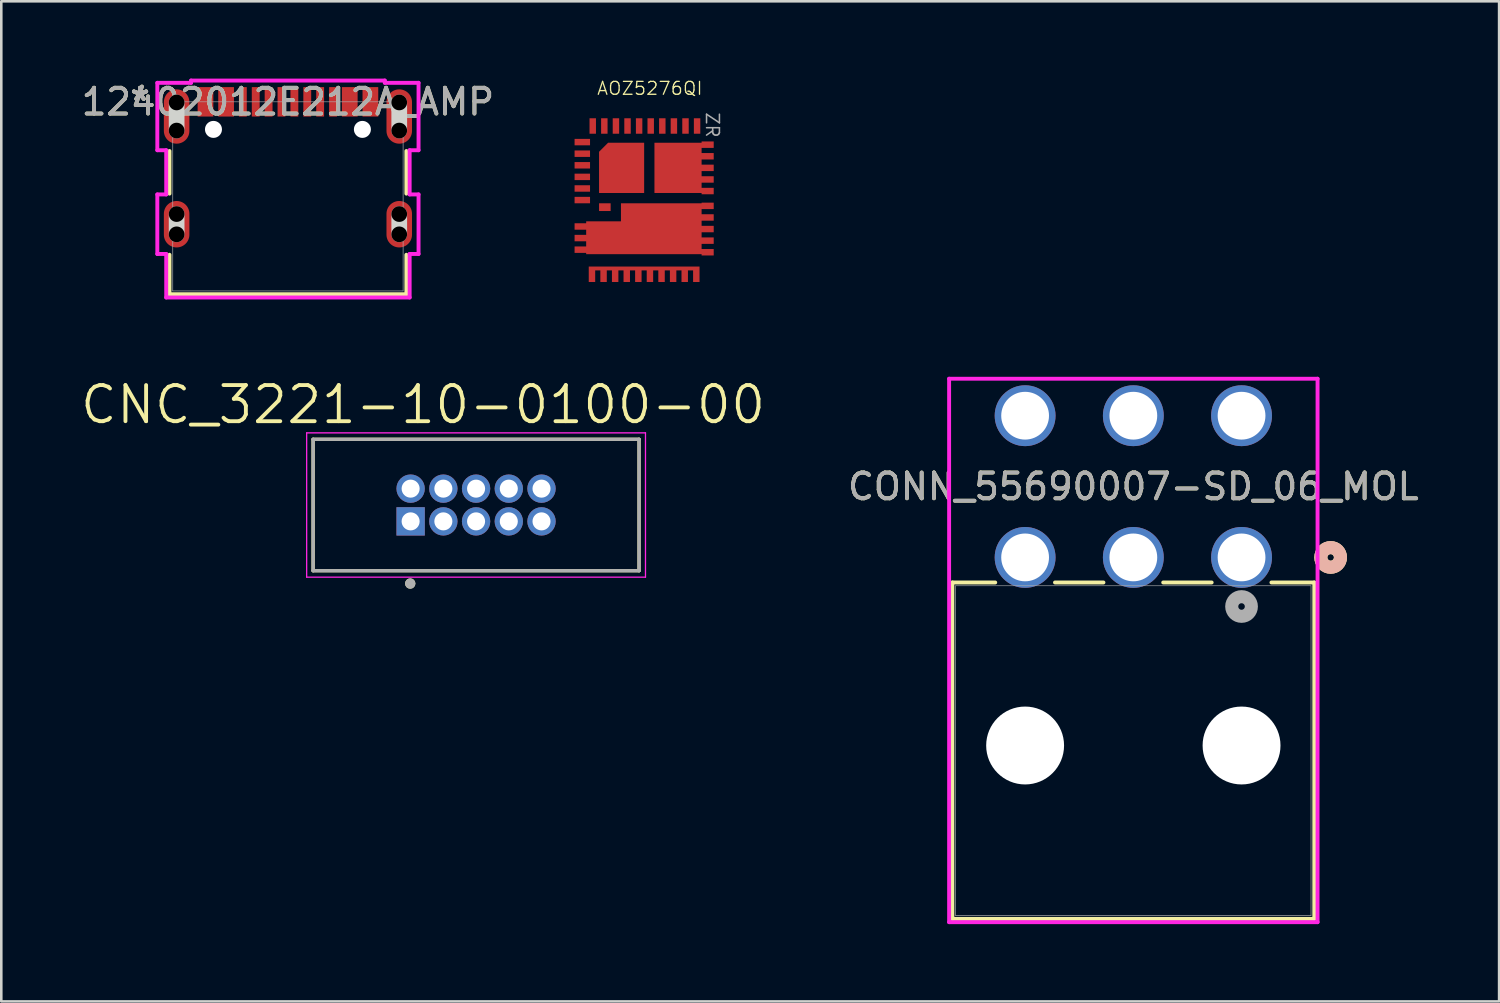
<source format=kicad_pcb>
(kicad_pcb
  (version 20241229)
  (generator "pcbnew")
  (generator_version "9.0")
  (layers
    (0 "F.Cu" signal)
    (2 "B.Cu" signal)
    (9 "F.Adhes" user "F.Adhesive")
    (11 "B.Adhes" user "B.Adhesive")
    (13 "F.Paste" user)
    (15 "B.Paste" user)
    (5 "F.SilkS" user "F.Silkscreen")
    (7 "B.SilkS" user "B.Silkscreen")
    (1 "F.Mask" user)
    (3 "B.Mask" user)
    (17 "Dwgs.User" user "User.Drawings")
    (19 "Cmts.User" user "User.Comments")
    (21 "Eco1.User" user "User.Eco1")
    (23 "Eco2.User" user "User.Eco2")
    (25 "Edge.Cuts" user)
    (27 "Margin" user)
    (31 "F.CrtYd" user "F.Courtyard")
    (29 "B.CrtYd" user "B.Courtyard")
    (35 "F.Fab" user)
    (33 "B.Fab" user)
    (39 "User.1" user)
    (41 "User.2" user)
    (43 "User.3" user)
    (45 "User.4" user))
  (footprint "CNC_3221-10-0100-00"
    (layer "F.Cu")
    (at 15.427 16.55)
    (property "Reference" "CNC_3221-10-0100-00" (at -2.058 -3.894 0) (layer "F.SilkS") (effects (font (size 1.402 1.402) (thickness 0.15))))
    (attr through_hole)
    (fp_line (start -6.325 -2.55) (end 6.325 -2.55) (stroke (width 0.127) (type solid)) (layer "F.SilkS"))
    (fp_line (start -6.325 2.55) (end -6.325 -2.55) (stroke (width 0.127) (type solid)) (layer "F.SilkS"))
    (fp_line (start 6.325 -2.55) (end 6.325 2.55) (stroke (width 0.127) (type solid)) (layer "F.SilkS"))
    (fp_line (start 6.325 2.55) (end -6.325 2.55) (stroke (width 0.127) (type solid)) (layer "F.SilkS"))
    (fp_circle (center -2.555 3.048) (end -2.455 3.048) (stroke (width 0.2) (type solid)) (fill no) (layer "F.SilkS"))
    (fp_line (start -6.575 -2.8) (end 6.575 -2.8) (stroke (width 0.05) (type solid)) (layer "F.CrtYd"))
    (fp_line (start -6.575 2.8) (end -6.575 -2.8) (stroke (width 0.05) (type solid)) (layer "F.CrtYd"))
    (fp_line (start 6.575 -2.8) (end 6.575 2.8) (stroke (width 0.05) (type solid)) (layer "F.CrtYd"))
    (fp_line (start 6.575 2.8) (end -6.575 2.8) (stroke (width 0.05) (type solid)) (layer "F.CrtYd"))
    (fp_line (start -6.325 -2.55) (end 6.325 -2.55) (stroke (width 0.127) (type solid)) (layer "F.Fab"))
    (fp_line (start -6.325 2.55) (end -6.325 -2.55) (stroke (width 0.127) (type solid)) (layer "F.Fab"))
    (fp_line (start 6.325 -2.55) (end 6.325 2.55) (stroke (width 0.127) (type solid)) (layer "F.Fab"))
    (fp_line (start 6.325 2.55) (end -6.325 2.55) (stroke (width 0.127) (type solid)) (layer "F.Fab"))
    (fp_circle (center -2.555 3.048) (end -2.455 3.048) (stroke (width 0.2) (type solid)) (fill no) (layer "F.Fab"))
    (pad "1" thru_hole rect (at -2.54 0.635) (size 1.1 1.1) (drill 0.7) (layers "*.Cu" "*.Mask"))
    (pad "2" thru_hole circle (at -2.54 -0.635) (size 1.1 1.1) (drill 0.7) (layers "*.Cu" "*.Mask"))
    (pad "3" thru_hole circle (at -1.27 0.635) (size 1.1 1.1) (drill 0.7) (layers "*.Cu" "*.Mask"))
    (pad "4" thru_hole circle (at -1.27 -0.635) (size 1.1 1.1) (drill 0.7) (layers "*.Cu" "*.Mask"))
    (pad "5" thru_hole circle (at 0 0.635) (size 1.1 1.1) (drill 0.7) (layers "*.Cu" "*.Mask"))
    (pad "6" thru_hole circle (at 0 -0.635) (size 1.1 1.1) (drill 0.7) (layers "*.Cu" "*.Mask"))
    (pad "7" thru_hole circle (at 1.27 0.635) (size 1.1 1.1) (drill 0.7) (layers "*.Cu" "*.Mask"))
    (pad "8" thru_hole circle (at 1.27 -0.635) (size 1.1 1.1) (drill 0.7) (layers "*.Cu" "*.Mask"))
    (pad "9" thru_hole circle (at 2.54 0.635) (size 1.1 1.1) (drill 0.7) (layers "*.Cu" "*.Mask"))
    (pad "10" thru_hole circle (at 2.54 -0.635) (size 1.1 1.1) (drill 0.7) (layers "*.Cu" "*.Mask")))
  (footprint "12402012E212A_AMP"
    (layer "F.Cu")
    (at 8.125 4.572)
    (property "Reference" "12402012E212A_AMP" (at 0 -3.67 0) (unlocked yes) (layer "F.SilkS") (effects (font (size 1 1) (thickness 0.15))))
    (attr smd)
    (fp_line (start -4.597 -1.761) (end -4.597 -0.107) (stroke (width 0.152) (type solid)) (layer "F.SilkS"))
    (fp_line (start -4.597 2.266) (end -4.597 3.797) (stroke (width 0.152) (type solid)) (layer "F.SilkS"))
    (fp_line (start -4.597 3.797) (end 4.597 3.797) (stroke (width 0.152) (type solid)) (layer "F.SilkS"))
    (fp_line (start 4.597 -0.107) (end 4.597 -1.761) (stroke (width 0.152) (type solid)) (layer "F.SilkS"))
    (fp_line (start 4.597 3.797) (end 4.597 2.266) (stroke (width 0.152) (type solid)) (layer "F.SilkS"))
    (fp_line (start -4.32 -2.554) (end -4.32 -3.646) (stroke (width 0.61) (type solid)) (layer "Edge.Cuts"))
    (fp_line (start -4.32 1.473) (end -4.32 0.686) (stroke (width 0.61) (type solid)) (layer "Edge.Cuts"))
    (fp_line (start 4.32 -2.554) (end 4.32 -3.646) (stroke (width 0.61) (type solid)) (layer "Edge.Cuts"))
    (fp_line (start 4.32 1.473) (end 4.32 0.686) (stroke (width 0.61) (type solid)) (layer "Edge.Cuts"))
    (fp_line (start -5.069 -4.408) (end -5.069 -1.792) (stroke (width 0.152) (type solid)) (layer "F.CrtYd"))
    (fp_line (start -5.069 -1.792) (end -4.724 -1.792) (stroke (width 0.152) (type solid)) (layer "F.CrtYd"))
    (fp_line (start -5.069 -0.076) (end -5.069 2.235) (stroke (width 0.152) (type solid)) (layer "F.CrtYd"))
    (fp_line (start -5.069 2.235) (end -4.724 2.235) (stroke (width 0.152) (type solid)) (layer "F.CrtYd"))
    (fp_line (start -4.724 -1.792) (end -4.724 -0.076) (stroke (width 0.152) (type solid)) (layer "F.CrtYd"))
    (fp_line (start -4.724 -0.076) (end -5.069 -0.076) (stroke (width 0.152) (type solid)) (layer "F.CrtYd"))
    (fp_line (start -4.724 2.235) (end -4.724 3.924) (stroke (width 0.152) (type solid)) (layer "F.CrtYd"))
    (fp_line (start -4.724 3.924) (end 4.724 3.924) (stroke (width 0.152) (type solid)) (layer "F.CrtYd"))
    (fp_line (start -3.759 -4.496) (end -3.759 -4.408) (stroke (width 0.152) (type solid)) (layer "F.CrtYd"))
    (fp_line (start -3.759 -4.408) (end -5.069 -4.408) (stroke (width 0.152) (type solid)) (layer "F.CrtYd"))
    (fp_line (start 3.759 -4.496) (end -3.759 -4.496) (stroke (width 0.152) (type solid)) (layer "F.CrtYd"))
    (fp_line (start 3.759 -4.408) (end 3.759 -4.496) (stroke (width 0.152) (type solid)) (layer "F.CrtYd"))
    (fp_line (start 4.724 -1.792) (end 5.069 -1.792) (stroke (width 0.152) (type solid)) (layer "F.CrtYd"))
    (fp_line (start 4.724 -0.076) (end 4.724 -1.792) (stroke (width 0.152) (type solid)) (layer "F.CrtYd"))
    (fp_line (start 4.724 2.235) (end 5.069 2.235) (stroke (width 0.152) (type solid)) (layer "F.CrtYd"))
    (fp_line (start 4.724 3.924) (end 4.724 2.235) (stroke (width 0.152) (type solid)) (layer "F.CrtYd"))
    (fp_line (start 5.069 -4.408) (end 3.759 -4.408) (stroke (width 0.152) (type solid)) (layer "F.CrtYd"))
    (fp_line (start 5.069 -1.792) (end 5.069 -4.408) (stroke (width 0.152) (type solid)) (layer "F.CrtYd"))
    (fp_line (start 5.069 -0.076) (end 4.724 -0.076) (stroke (width 0.152) (type solid)) (layer "F.CrtYd"))
    (fp_line (start 5.069 2.235) (end 5.069 -0.076) (stroke (width 0.152) (type solid)) (layer "F.CrtYd"))
    (fp_line (start -4.47 -3.67) (end -4.47 3.67) (stroke (width 0.025) (type solid)) (layer "F.Fab"))
    (fp_line (start -4.47 3.67) (end 4.47 3.67) (stroke (width 0.025) (type solid)) (layer "F.Fab"))
    (fp_line (start 0 -3.67) (end 0 -3.67) (stroke (width 0.025) (type solid)) (layer "F.Fab"))
    (fp_line (start 0 -3.67) (end 0 -3.67) (stroke (width 0.025) (type solid)) (layer "F.Fab"))
    (fp_line (start 0 -3.67) (end 0 -3.67) (stroke (width 0.025) (type solid)) (layer "F.Fab"))
    (fp_line (start 0 -3.67) (end 0 -3.67) (stroke (width 0.025) (type solid)) (layer "F.Fab"))
    (fp_line (start 4.47 -3.67) (end -4.47 -3.67) (stroke (width 0.025) (type solid)) (layer "F.Fab"))
    (fp_line (start 4.47 3.67) (end 4.47 -3.67) (stroke (width 0.025) (type solid)) (layer "F.Fab"))
    (fp_text user "*" (at -5.74 -3.67 0) (layer "F.SilkS") (effects (font (size 1 1) (thickness 0.15))))
    (fp_text user "*" (at -5.74 -3.67 0) (unlocked yes) (layer "F.SilkS") (effects (font (size 1 1) (thickness 0.15))))
    (fp_text user "${REFERENCE}" (at 0 -3.67 0) (unlocked yes) (layer "F.Fab") (effects (font (size 1 1) (thickness 0.15))))
    (fp_text user "*" (at -5.74 -3.67 0) (unlocked yes) (layer "F.Fab") (effects (font (size 1 1) (thickness 0.15))))
    (fp_text user "*" (at -5.74 -3.67 0) (layer "F.Fab") (effects (font (size 1 1) (thickness 0.15))))
    (pad "" np_thru_hole circle (at -4.32 -3.646) (size 0.61 0.61) (drill 0.61) (layers))
    (pad "" np_thru_hole circle (at -4.32 -2.554) (size 0.61 0.61) (drill 0.61) (layers))
    (pad "" np_thru_hole circle (at -4.32 0.686) (size 0.61 0.61) (drill 0.61) (layers))
    (pad "" np_thru_hole circle (at -4.32 1.473) (size 0.61 0.61) (drill 0.61) (layers))
    (pad "" np_thru_hole circle (at -2.89 -2.6) (size 0.66 0.66) (drill 0.66) (layers "*.Cu" "*.Mask"))
    (pad "" np_thru_hole circle (at 2.89 -2.6) (size 0.66 0.66) (drill 0.66) (layers "*.Cu" "*.Mask"))
    (pad "" np_thru_hole circle (at 4.32 -3.646) (size 0.61 0.61) (drill 0.61) (layers))
    (pad "" np_thru_hole circle (at 4.32 -2.554) (size 0.61 0.61) (drill 0.61) (layers))
    (pad "" np_thru_hole circle (at 4.32 0.686) (size 0.61 0.61) (drill 0.61) (layers))
    (pad "" np_thru_hole circle (at 4.32 1.473) (size 0.61 0.61) (drill 0.61) (layers))
    (pad "A1" smd rect (at -3.2 -3.67) (size 0.61 1.143) (layers "F.Cu" "F.Mask" "F.Paste"))
    (pad "A4" smd rect (at -2.4 -3.67) (size 0.61 1.143) (layers "F.Cu" "F.Mask" "F.Paste"))
    (pad "A5" smd rect (at -1.25 -3.67) (size 0.305 1.143) (layers "F.Cu" "F.Mask" "F.Paste"))
    (pad "A6" smd rect (at -0.25 -3.67) (size 0.305 1.143) (layers "F.Cu" "F.Mask" "F.Paste"))
    (pad "A7" smd rect (at 0.25 -3.67) (size 0.305 1.143) (layers "F.Cu" "F.Mask" "F.Paste"))
    (pad "A8" smd rect (at 1.25 -3.67) (size 0.305 1.143) (layers "F.Cu" "F.Mask" "F.Paste"))
    (pad "B1" smd rect (at 3.2 -3.67) (size 0.61 1.143) (layers "F.Cu" "F.Mask" "F.Paste"))
    (pad "B4" smd rect (at 2.4 -3.67) (size 0.61 1.143) (layers "F.Cu" "F.Mask" "F.Paste"))
    (pad "B5" smd rect (at 1.75 -3.67) (size 0.305 1.143) (layers "F.Cu" "F.Mask" "F.Paste"))
    (pad "B6" smd rect (at 0.75 -3.67) (size 0.305 1.143) (layers "F.Cu" "F.Mask" "F.Paste"))
    (pad "B7" smd rect (at -0.75 -3.67) (size 0.305 1.143) (layers "F.Cu" "F.Mask" "F.Paste"))
    (pad "B8" smd rect (at -1.75 -3.67) (size 0.305 1.143) (layers "F.Cu" "F.Mask" "F.Paste"))
    (pad "S1" smd oval (at -4.32 -3.1) (size 0.991 2.108) (layers "F.Cu" "F.Mask" "F.Paste"))
    (pad "S1" smd oval (at -4.32 1.08) (size 0.991 1.803) (layers "F.Cu" "F.Mask" "F.Paste"))
    (pad "S1" smd oval (at 4.32 -3.1) (size 0.991 2.108) (layers "F.Cu" "F.Mask" "F.Paste"))
    (pad "S1" smd oval (at 4.32 1.08) (size 0.991 1.803) (layers "F.Cu" "F.Mask" "F.Paste")))
  (footprint "CONN_55690007-SD_06_MOL"
    (layer "F.Cu")
    (at 45.136 18.584)
    (property "Reference" "CONN_55690007-SD_06_MOL" (at -4.2 -2.75 0) (unlocked yes) (layer "F.SilkS") (effects (font (size 1 1) (thickness 0.15))))
    (attr through_hole)
    (fp_line (start -11.223 0.973) (end -11.223 14.029) (stroke (width 0.152) (type solid)) (layer "F.SilkS"))
    (fp_line (start -11.223 14.029) (end 2.823 14.029) (stroke (width 0.152) (type solid)) (layer "F.SilkS"))
    (fp_line (start -9.56 0.973) (end -11.223 0.973) (stroke (width 0.152) (type solid)) (layer "F.SilkS"))
    (fp_line (start -5.36 0.973) (end -7.24 0.973) (stroke (width 0.152) (type solid)) (layer "F.SilkS"))
    (fp_line (start -1.16 0.973) (end -3.04 0.973) (stroke (width 0.152) (type solid)) (layer "F.SilkS"))
    (fp_line (start 2.823 0.973) (end 1.16 0.973) (stroke (width 0.152) (type solid)) (layer "F.SilkS"))
    (fp_line (start 2.823 14.029) (end 2.823 0.973) (stroke (width 0.152) (type solid)) (layer "F.SilkS"))
    (fp_circle (center 3.458 0) (end 3.839 0) (stroke (width 0.508) (type solid)) (fill no) (layer "F.SilkS"))
    (fp_circle (center 3.458 0) (end 3.839 0) (stroke (width 0.508) (type solid)) (fill no) (layer "B.SilkS"))
    (fp_line (start -11.35 -6.935) (end -11.35 14.156) (stroke (width 0.152) (type solid)) (layer "F.CrtYd"))
    (fp_line (start -11.35 14.156) (end 2.95 14.156) (stroke (width 0.152) (type solid)) (layer "F.CrtYd"))
    (fp_line (start 2.95 -6.935) (end -11.35 -6.935) (stroke (width 0.152) (type solid)) (layer "F.CrtYd"))
    (fp_line (start 2.95 14.156) (end 2.95 -6.935) (stroke (width 0.152) (type solid)) (layer "F.CrtYd"))
    (fp_line (start -11.096 1.1) (end -11.096 13.902) (stroke (width 0.025) (type solid)) (layer "F.Fab"))
    (fp_line (start -11.096 13.902) (end 2.696 13.902) (stroke (width 0.025) (type solid)) (layer "F.Fab"))
    (fp_line (start 2.696 1.1) (end -11.096 1.1) (stroke (width 0.025) (type solid)) (layer "F.Fab"))
    (fp_line (start 2.696 13.902) (end 2.696 1.1) (stroke (width 0.025) (type solid)) (layer "F.Fab"))
    (fp_circle (center 0 1.905) (end 0.381 1.905) (stroke (width 0.508) (type solid)) (fill no) (layer "F.Fab"))
    (fp_text user "${REFERENCE}" (at -4.2 -2.75 0) (unlocked yes) (layer "F.Fab") (effects (font (size 1 1) (thickness 0.15))))
    (pad "" np_thru_hole circle (at -8.4 7.3) (size 3.023 3.023) (drill 3.023) (layers "*.Cu" "*.Mask"))
    (pad "" np_thru_hole circle (at 0 7.3) (size 3.023 3.023) (drill 3.023) (layers "*.Cu" "*.Mask"))
    (pad "1" thru_hole circle (at 0 0) (size 2.362 2.362) (drill 1.854) (layers "*.Cu" "*.Mask"))
    (pad "2" thru_hole circle (at -4.2 0) (size 2.362 2.362) (drill 1.854) (layers "*.Cu" "*.Mask"))
    (pad "3" thru_hole circle (at -8.4 0) (size 2.362 2.362) (drill 1.854) (layers "*.Cu" "*.Mask"))
    (pad "4" thru_hole circle (at 0 -5.5) (size 2.362 2.362) (drill 1.854) (layers "*.Cu" "*.Mask"))
    (pad "5" thru_hole circle (at -4.2 -5.5) (size 2.362 2.362) (drill 1.854) (layers "*.Cu" "*.Mask"))
    (pad "6" thru_hole circle (at -8.4 -5.5) (size 2.362 2.362) (drill 1.854) (layers "*.Cu" "*.Mask")))
  (footprint "AOZ5276QI"
    (layer "F.Cu")
    (at 21.95 4.74)
    (property "Reference" "AOZ5276QI" (at 0.22 -4.36 0) (unlocked yes) (layer "F.SilkS") (effects (font (size 0.5 0.5) (thickness 0.05))))
    (attr smd)
    (fp_text user "ZR" (at 2.65 -2.94 270) (unlocked yes) (layer "F.Fab") (effects (font (size 0.5 0.5) (thickness 0.06))))
    (pad "1" smd rect (at -2.4 -2.275 270) (size 0.25 0.6) (layers "F.Cu" "F.Mask" "F.Paste"))
    (pad "2" smd rect (at -2.4 -1.825 270) (size 0.25 0.6) (layers "F.Cu" "F.Mask" "F.Paste"))
    (pad "3" smd rect (at -2.4 -1.375 270) (size 0.25 0.6) (layers "F.Cu" "F.Mask" "F.Paste"))
    (pad "4" smd rect (at -2.4 -0.925 270) (size 0.25 0.6) (layers "F.Cu" "F.Mask" "F.Paste"))
    (pad "5" smd rect (at -2.4 -0.475 270) (size 0.25 0.6) (layers "F.Cu" "F.Mask" "F.Paste"))
    (pad "6" smd rect (at -2.4 -0.025 270) (size 0.25 0.6) (layers "F.Cu" "F.Mask" "F.Paste"))
    (pad "10" smd custom (at 0 2.605) (size 0.2 0.1) (layers "F.Cu" "F.Mask" "F.Paste") (options (anchor rect)) (primitives (gr_poly (pts (xy -0.35 0.1) (xy -0.35 0.55) (xy -0.1 0.55) (xy -0.1 0.1) (xy 0.1 0.1) (xy 0.1 0.55) (xy 0.35 0.55) (xy 0.35 0.1) (xy 0.55 0.1) (xy 0.55 0.55) (xy 0.8 0.55) (xy 0.8 0.1) (xy 1 0.1) (xy 1 0.55) (xy 1.25 0.55) (xy 1.25 0.1) (xy 1.45 0.1) (xy 1.45 0.55) (xy 1.7 0.55) (xy 1.7 0.1) (xy 1.9 0.1) (xy 1.9 0.55) (xy 2.15 0.55) (xy 2.15 -0.05) (xy -2.15 -0.05) (xy -2.15 0.55) (xy -1.9 0.55) (xy -1.9 0.1) (xy -1.7 0.1) (xy -1.7 0.55) (xy -1.45 0.55) (xy -1.45 0.1) (xy -1.25 0.1) (xy -1.25 0.55) (xy -1 0.55) (xy -1 0.1) (xy -0.8 0.1) (xy -0.8 0.55) (xy -0.55 0.55) (xy -0.55 0.1)) (width 0) (fill yes))))
    (pad "20" smd custom (at -0.65 0.35) (size 0.5 0.5) (layers "F.Cu" "F.Mask" "F.Paste") (options (anchor rect)) (primitives (gr_poly (pts (xy 2.88 0.175) (xy 2.88 -0.025) (xy 3.35 -0.025) (xy 3.35 -0.275) (xy 2.88 -0.275) (xy 2.88 -0.25) (xy 0.65 -0.25) (xy -0.25 -0.25) (xy -0.25 0.45) (xy -1.6 0.45) (xy -1.6 0.525) (xy -2.05 0.525) (xy -2.05 0.775) (xy -1.6 0.775) (xy -1.6 0.975) (xy -2.05 0.975) (xy -2.05 1.225) (xy -1.6 1.225) (xy -1.6 1.425) (xy -2.05 1.425) (xy -2.05 1.675) (xy -1.6 1.675) (xy -1.6 1.725) (xy 0.65 1.725) (xy 2.88 1.725) (xy 2.88 1.775) (xy 3.35 1.775) (xy 3.35 1.525) (xy 2.88 1.525) (xy 2.88 1.325) (xy 3.35 1.325) (xy 3.35 1.075) (xy 2.88 1.075) (xy 2.88 0.875) (xy 3.35 0.875) (xy 3.35 0.625) (xy 2.88 0.625) (xy 2.88 0.425) (xy 3.35 0.425) (xy 3.35 0.175)) (width 0) (fill yes))))
    (pad "25" smd custom (at 0.65 -2) (size 0.5 0.5) (layers "F.Cu" "F.Mask" "F.Paste") (options (anchor rect)) (primitives (gr_poly (pts (xy 1.58 -0.05) (xy 2.05 -0.05) (xy 2.05 -0.3) (xy 1.58 -0.3) (xy 1.58 -0.25) (xy -0.25 -0.25) (xy -0.25 1.7) (xy 1.58 1.7) (xy 1.58 1.75) (xy 2.05 1.75) (xy 2.05 1.5) (xy 1.58 1.5) (xy 1.58 1.3) (xy 2.05 1.3) (xy 2.05 1.05) (xy 1.58 1.05) (xy 1.58 0.85) (xy 2.05 0.85) (xy 2.05 0.6) (xy 1.58 0.6) (xy 1.58 0.4) (xy 2.05 0.4) (xy 2.05 0.15) (xy 1.58 0.15)) (width 0) (fill yes))))
    (pad "30" smd rect (at 2.055 -2.9) (size 0.25 0.6) (layers "F.Cu" "F.Mask" "F.Paste"))
    (pad "31" smd rect (at 1.605 -2.9) (size 0.25 0.6) (layers "F.Cu" "F.Mask" "F.Paste"))
    (pad "32" smd rect (at 1.155 -2.9) (size 0.25 0.6) (layers "F.Cu" "F.Mask" "F.Paste"))
    (pad "33" smd rect (at 0.705 -2.9) (size 0.25 0.6) (layers "F.Cu" "F.Mask" "F.Paste"))
    (pad "34" smd rect (at 0.255 -2.9) (size 0.25 0.6) (layers "F.Cu" "F.Mask" "F.Paste"))
    (pad "35" smd rect (at -0.195 -2.9) (size 0.25 0.6) (layers "F.Cu" "F.Mask" "F.Paste"))
    (pad "36" smd rect (at -0.645 -2.9) (size 0.25 0.6) (layers "F.Cu" "F.Mask" "F.Paste"))
    (pad "37" smd rect (at -1.095 -2.9) (size 0.25 0.6) (layers "F.Cu" "F.Mask" "F.Paste"))
    (pad "38" smd rect (at -1.545 -2.9) (size 0.25 0.6) (layers "F.Cu" "F.Mask" "F.Paste"))
    (pad "39" smd rect (at -1.995 -2.9) (size 0.25 0.6) (layers "F.Cu" "F.Mask" "F.Paste"))
    (pad "40" smd roundrect (at -0.875 -1.275) (size 1.75 1.95) (layers "F.Cu" "F.Mask" "F.Paste") (roundrect_rratio 0) (chamfer_ratio 0.2) (chamfer top_left))
    (pad "41" smd rect (at -1.525 0.25) (size 0.45 0.3) (layers "F.Cu" "F.Mask" "F.Paste")))
  (gr_rect
    (start -3 -3)
    (end 55.132 35.816)
    (stroke (width 0.1) (type default))
    (fill no)
    (layer "Edge.Cuts")))
</source>
